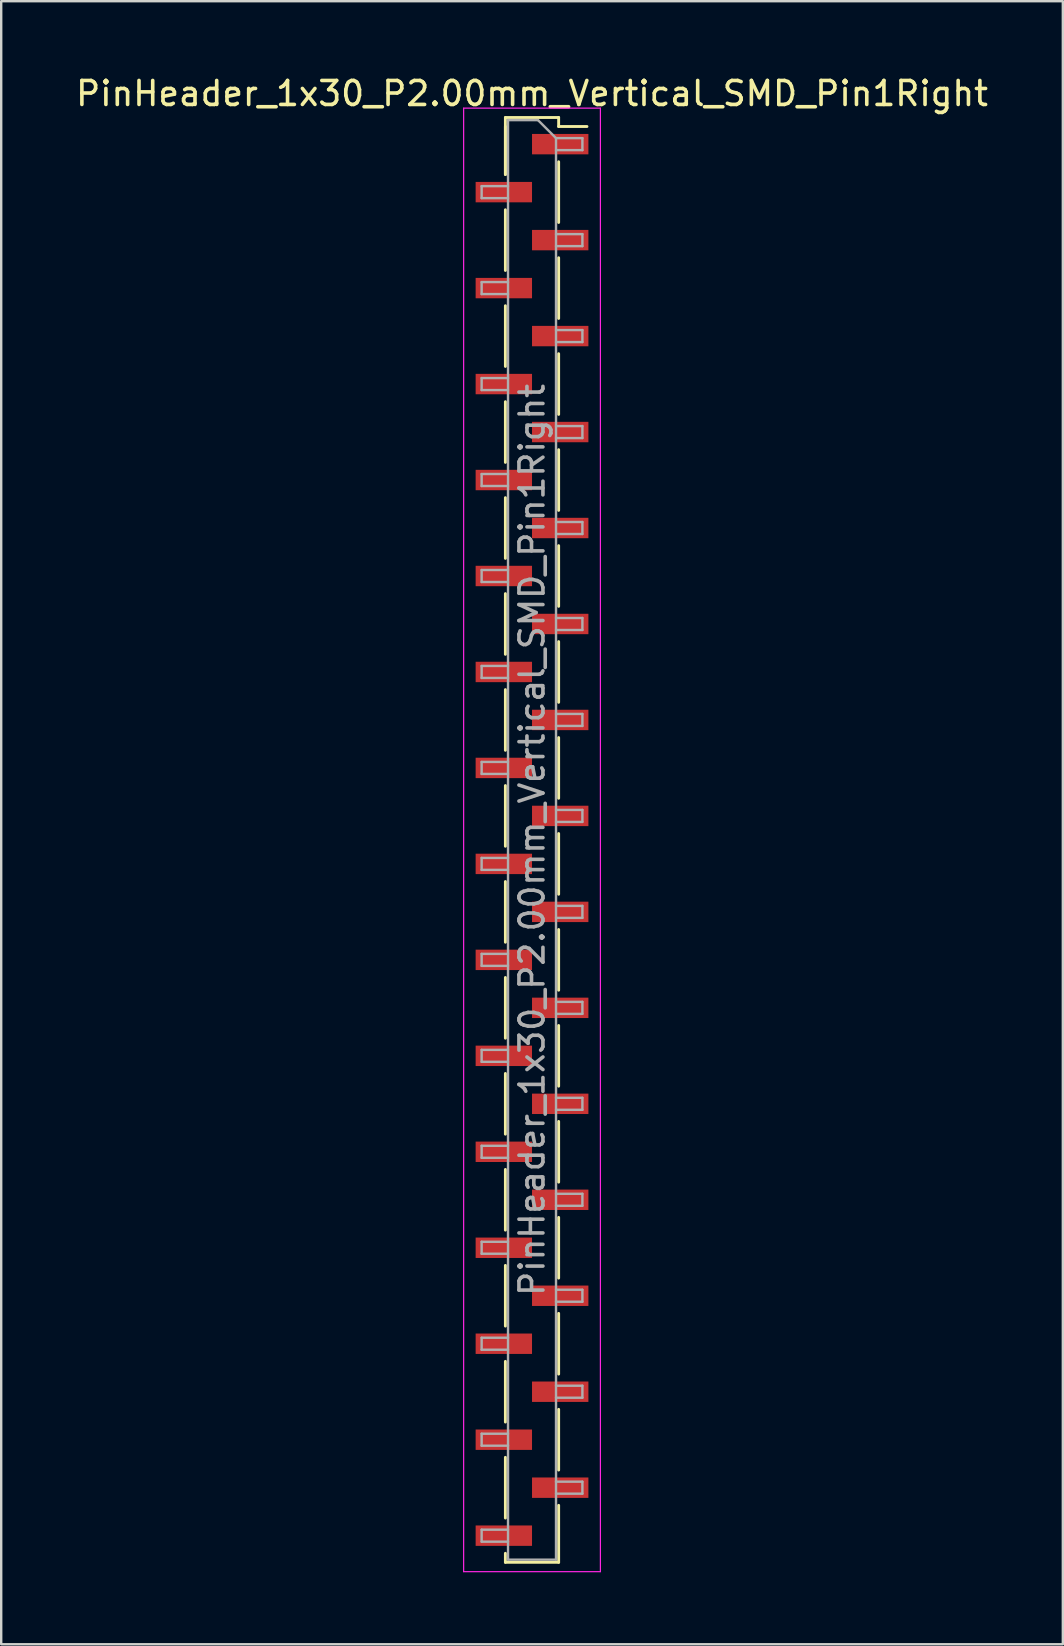
<source format=kicad_pcb>
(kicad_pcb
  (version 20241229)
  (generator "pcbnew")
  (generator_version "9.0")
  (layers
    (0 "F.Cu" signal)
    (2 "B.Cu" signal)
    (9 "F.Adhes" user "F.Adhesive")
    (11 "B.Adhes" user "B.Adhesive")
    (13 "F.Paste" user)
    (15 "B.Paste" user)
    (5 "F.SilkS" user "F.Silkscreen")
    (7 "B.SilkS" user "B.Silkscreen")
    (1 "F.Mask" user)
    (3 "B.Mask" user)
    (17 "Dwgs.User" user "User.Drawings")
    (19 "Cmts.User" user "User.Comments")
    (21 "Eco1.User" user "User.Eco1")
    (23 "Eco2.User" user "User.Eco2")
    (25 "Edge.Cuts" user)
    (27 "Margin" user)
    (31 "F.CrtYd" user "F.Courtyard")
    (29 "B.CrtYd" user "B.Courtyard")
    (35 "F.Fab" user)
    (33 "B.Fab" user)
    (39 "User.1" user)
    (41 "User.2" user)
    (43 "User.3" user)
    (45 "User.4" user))
  (footprint "PinHeader_1x30_P2.00mm_Vertical_SMD_Pin1Right"
    (layer "F.Cu")
    (at 19.125 31.958)
    (property "Reference" "PinHeader_1x30_P2.00mm_Vertical_SMD_Pin1Right" (at 0 -31.11 0) (layer "F.SilkS") (effects (font (size 1 1) (thickness 0.15))))
    (attr smd)
    (fp_line (start -1.11 -30.11) (end -1.11 -27.735) (stroke (width 0.12) (type solid)) (layer "F.SilkS"))
    (fp_line (start -1.11 -30.11) (end 1.11 -30.11) (stroke (width 0.12) (type solid)) (layer "F.SilkS"))
    (fp_line (start -1.11 -29.735) (end -1.11 -27.735) (stroke (width 0.12) (type solid)) (layer "F.SilkS"))
    (fp_line (start -1.11 -26.265) (end -1.11 -23.735) (stroke (width 0.12) (type solid)) (layer "F.SilkS"))
    (fp_line (start -1.11 -22.265) (end -1.11 -19.735) (stroke (width 0.12) (type solid)) (layer "F.SilkS"))
    (fp_line (start -1.11 -18.265) (end -1.11 -15.735) (stroke (width 0.12) (type solid)) (layer "F.SilkS"))
    (fp_line (start -1.11 -14.265) (end -1.11 -11.735) (stroke (width 0.12) (type solid)) (layer "F.SilkS"))
    (fp_line (start -1.11 -10.265) (end -1.11 -7.735) (stroke (width 0.12) (type solid)) (layer "F.SilkS"))
    (fp_line (start -1.11 -6.265) (end -1.11 -3.735) (stroke (width 0.12) (type solid)) (layer "F.SilkS"))
    (fp_line (start -1.11 -2.265) (end -1.11 0.265) (stroke (width 0.12) (type solid)) (layer "F.SilkS"))
    (fp_line (start -1.11 1.735) (end -1.11 4.265) (stroke (width 0.12) (type solid)) (layer "F.SilkS"))
    (fp_line (start -1.11 5.735) (end -1.11 8.265) (stroke (width 0.12) (type solid)) (layer "F.SilkS"))
    (fp_line (start -1.11 9.735) (end -1.11 12.265) (stroke (width 0.12) (type solid)) (layer "F.SilkS"))
    (fp_line (start -1.11 13.735) (end -1.11 16.265) (stroke (width 0.12) (type solid)) (layer "F.SilkS"))
    (fp_line (start -1.11 17.735) (end -1.11 20.265) (stroke (width 0.12) (type solid)) (layer "F.SilkS"))
    (fp_line (start -1.11 21.735) (end -1.11 24.265) (stroke (width 0.12) (type solid)) (layer "F.SilkS"))
    (fp_line (start -1.11 25.735) (end -1.11 28.265) (stroke (width 0.12) (type solid)) (layer "F.SilkS"))
    (fp_line (start -1.11 29.735) (end -1.11 30.11) (stroke (width 0.12) (type solid)) (layer "F.SilkS"))
    (fp_line (start -1.11 30.11) (end 1.11 30.11) (stroke (width 0.12) (type solid)) (layer "F.SilkS"))
    (fp_line (start 1.11 -30.11) (end 1.11 -29.735) (stroke (width 0.12) (type solid)) (layer "F.SilkS"))
    (fp_line (start 1.11 -29.735) (end 2.29 -29.735) (stroke (width 0.12) (type solid)) (layer "F.SilkS"))
    (fp_line (start 1.11 -28.265) (end 1.11 -25.735) (stroke (width 0.12) (type solid)) (layer "F.SilkS"))
    (fp_line (start 1.11 -24.265) (end 1.11 -21.735) (stroke (width 0.12) (type solid)) (layer "F.SilkS"))
    (fp_line (start 1.11 -20.265) (end 1.11 -17.735) (stroke (width 0.12) (type solid)) (layer "F.SilkS"))
    (fp_line (start 1.11 -16.265) (end 1.11 -13.735) (stroke (width 0.12) (type solid)) (layer "F.SilkS"))
    (fp_line (start 1.11 -12.265) (end 1.11 -9.735) (stroke (width 0.12) (type solid)) (layer "F.SilkS"))
    (fp_line (start 1.11 -8.265) (end 1.11 -5.735) (stroke (width 0.12) (type solid)) (layer "F.SilkS"))
    (fp_line (start 1.11 -4.265) (end 1.11 -1.735) (stroke (width 0.12) (type solid)) (layer "F.SilkS"))
    (fp_line (start 1.11 -0.265) (end 1.11 2.265) (stroke (width 0.12) (type solid)) (layer "F.SilkS"))
    (fp_line (start 1.11 3.735) (end 1.11 6.265) (stroke (width 0.12) (type solid)) (layer "F.SilkS"))
    (fp_line (start 1.11 7.735) (end 1.11 10.265) (stroke (width 0.12) (type solid)) (layer "F.SilkS"))
    (fp_line (start 1.11 11.735) (end 1.11 14.265) (stroke (width 0.12) (type solid)) (layer "F.SilkS"))
    (fp_line (start 1.11 15.735) (end 1.11 18.265) (stroke (width 0.12) (type solid)) (layer "F.SilkS"))
    (fp_line (start 1.11 19.735) (end 1.11 22.265) (stroke (width 0.12) (type solid)) (layer "F.SilkS"))
    (fp_line (start 1.11 23.735) (end 1.11 26.265) (stroke (width 0.12) (type solid)) (layer "F.SilkS"))
    (fp_line (start 1.11 27.735) (end 1.11 30.11) (stroke (width 0.12) (type solid)) (layer "F.SilkS"))
    (fp_line (start -2.85 -30.5) (end -2.85 30.5) (stroke (width 0.05) (type solid)) (layer "F.CrtYd"))
    (fp_line (start -2.85 30.5) (end 2.85 30.5) (stroke (width 0.05) (type solid)) (layer "F.CrtYd"))
    (fp_line (start 2.85 -30.5) (end -2.85 -30.5) (stroke (width 0.05) (type solid)) (layer "F.CrtYd"))
    (fp_line (start 2.85 30.5) (end 2.85 -30.5) (stroke (width 0.05) (type solid)) (layer "F.CrtYd"))
    (fp_line (start -2.1 -27.25) (end -2.1 -26.75) (stroke (width 0.1) (type solid)) (layer "F.Fab"))
    (fp_line (start -2.1 -26.75) (end -1 -26.75) (stroke (width 0.1) (type solid)) (layer "F.Fab"))
    (fp_line (start -2.1 -23.25) (end -2.1 -22.75) (stroke (width 0.1) (type solid)) (layer "F.Fab"))
    (fp_line (start -2.1 -22.75) (end -1 -22.75) (stroke (width 0.1) (type solid)) (layer "F.Fab"))
    (fp_line (start -2.1 -19.25) (end -2.1 -18.75) (stroke (width 0.1) (type solid)) (layer "F.Fab"))
    (fp_line (start -2.1 -18.75) (end -1 -18.75) (stroke (width 0.1) (type solid)) (layer "F.Fab"))
    (fp_line (start -2.1 -15.25) (end -2.1 -14.75) (stroke (width 0.1) (type solid)) (layer "F.Fab"))
    (fp_line (start -2.1 -14.75) (end -1 -14.75) (stroke (width 0.1) (type solid)) (layer "F.Fab"))
    (fp_line (start -2.1 -11.25) (end -2.1 -10.75) (stroke (width 0.1) (type solid)) (layer "F.Fab"))
    (fp_line (start -2.1 -10.75) (end -1 -10.75) (stroke (width 0.1) (type solid)) (layer "F.Fab"))
    (fp_line (start -2.1 -7.25) (end -2.1 -6.75) (stroke (width 0.1) (type solid)) (layer "F.Fab"))
    (fp_line (start -2.1 -6.75) (end -1 -6.75) (stroke (width 0.1) (type solid)) (layer "F.Fab"))
    (fp_line (start -2.1 -3.25) (end -2.1 -2.75) (stroke (width 0.1) (type solid)) (layer "F.Fab"))
    (fp_line (start -2.1 -2.75) (end -1 -2.75) (stroke (width 0.1) (type solid)) (layer "F.Fab"))
    (fp_line (start -2.1 0.75) (end -2.1 1.25) (stroke (width 0.1) (type solid)) (layer "F.Fab"))
    (fp_line (start -2.1 1.25) (end -1 1.25) (stroke (width 0.1) (type solid)) (layer "F.Fab"))
    (fp_line (start -2.1 4.75) (end -2.1 5.25) (stroke (width 0.1) (type solid)) (layer "F.Fab"))
    (fp_line (start -2.1 5.25) (end -1 5.25) (stroke (width 0.1) (type solid)) (layer "F.Fab"))
    (fp_line (start -2.1 8.75) (end -2.1 9.25) (stroke (width 0.1) (type solid)) (layer "F.Fab"))
    (fp_line (start -2.1 9.25) (end -1 9.25) (stroke (width 0.1) (type solid)) (layer "F.Fab"))
    (fp_line (start -2.1 12.75) (end -2.1 13.25) (stroke (width 0.1) (type solid)) (layer "F.Fab"))
    (fp_line (start -2.1 13.25) (end -1 13.25) (stroke (width 0.1) (type solid)) (layer "F.Fab"))
    (fp_line (start -2.1 16.75) (end -2.1 17.25) (stroke (width 0.1) (type solid)) (layer "F.Fab"))
    (fp_line (start -2.1 17.25) (end -1 17.25) (stroke (width 0.1) (type solid)) (layer "F.Fab"))
    (fp_line (start -2.1 20.75) (end -2.1 21.25) (stroke (width 0.1) (type solid)) (layer "F.Fab"))
    (fp_line (start -2.1 21.25) (end -1 21.25) (stroke (width 0.1) (type solid)) (layer "F.Fab"))
    (fp_line (start -2.1 24.75) (end -2.1 25.25) (stroke (width 0.1) (type solid)) (layer "F.Fab"))
    (fp_line (start -2.1 25.25) (end -1 25.25) (stroke (width 0.1) (type solid)) (layer "F.Fab"))
    (fp_line (start -2.1 28.75) (end -2.1 29.25) (stroke (width 0.1) (type solid)) (layer "F.Fab"))
    (fp_line (start -2.1 29.25) (end -1 29.25) (stroke (width 0.1) (type solid)) (layer "F.Fab"))
    (fp_line (start -1 -30) (end -1 30) (stroke (width 0.1) (type solid)) (layer "F.Fab"))
    (fp_line (start -1 -30) (end 0.25 -30) (stroke (width 0.1) (type solid)) (layer "F.Fab"))
    (fp_line (start -1 -27.25) (end -2.1 -27.25) (stroke (width 0.1) (type solid)) (layer "F.Fab"))
    (fp_line (start -1 -23.25) (end -2.1 -23.25) (stroke (width 0.1) (type solid)) (layer "F.Fab"))
    (fp_line (start -1 -19.25) (end -2.1 -19.25) (stroke (width 0.1) (type solid)) (layer "F.Fab"))
    (fp_line (start -1 -15.25) (end -2.1 -15.25) (stroke (width 0.1) (type solid)) (layer "F.Fab"))
    (fp_line (start -1 -11.25) (end -2.1 -11.25) (stroke (width 0.1) (type solid)) (layer "F.Fab"))
    (fp_line (start -1 -7.25) (end -2.1 -7.25) (stroke (width 0.1) (type solid)) (layer "F.Fab"))
    (fp_line (start -1 -3.25) (end -2.1 -3.25) (stroke (width 0.1) (type solid)) (layer "F.Fab"))
    (fp_line (start -1 0.75) (end -2.1 0.75) (stroke (width 0.1) (type solid)) (layer "F.Fab"))
    (fp_line (start -1 4.75) (end -2.1 4.75) (stroke (width 0.1) (type solid)) (layer "F.Fab"))
    (fp_line (start -1 8.75) (end -2.1 8.75) (stroke (width 0.1) (type solid)) (layer "F.Fab"))
    (fp_line (start -1 12.75) (end -2.1 12.75) (stroke (width 0.1) (type solid)) (layer "F.Fab"))
    (fp_line (start -1 16.75) (end -2.1 16.75) (stroke (width 0.1) (type solid)) (layer "F.Fab"))
    (fp_line (start -1 20.75) (end -2.1 20.75) (stroke (width 0.1) (type solid)) (layer "F.Fab"))
    (fp_line (start -1 24.75) (end -2.1 24.75) (stroke (width 0.1) (type solid)) (layer "F.Fab"))
    (fp_line (start -1 28.75) (end -2.1 28.75) (stroke (width 0.1) (type solid)) (layer "F.Fab"))
    (fp_line (start 1 -29.25) (end 0.25 -30) (stroke (width 0.1) (type solid)) (layer "F.Fab"))
    (fp_line (start 1 -29.25) (end 2.1 -29.25) (stroke (width 0.1) (type solid)) (layer "F.Fab"))
    (fp_line (start 1 -25.25) (end 2.1 -25.25) (stroke (width 0.1) (type solid)) (layer "F.Fab"))
    (fp_line (start 1 -21.25) (end 2.1 -21.25) (stroke (width 0.1) (type solid)) (layer "F.Fab"))
    (fp_line (start 1 -17.25) (end 2.1 -17.25) (stroke (width 0.1) (type solid)) (layer "F.Fab"))
    (fp_line (start 1 -13.25) (end 2.1 -13.25) (stroke (width 0.1) (type solid)) (layer "F.Fab"))
    (fp_line (start 1 -9.25) (end 2.1 -9.25) (stroke (width 0.1) (type solid)) (layer "F.Fab"))
    (fp_line (start 1 -5.25) (end 2.1 -5.25) (stroke (width 0.1) (type solid)) (layer "F.Fab"))
    (fp_line (start 1 -1.25) (end 2.1 -1.25) (stroke (width 0.1) (type solid)) (layer "F.Fab"))
    (fp_line (start 1 2.75) (end 2.1 2.75) (stroke (width 0.1) (type solid)) (layer "F.Fab"))
    (fp_line (start 1 6.75) (end 2.1 6.75) (stroke (width 0.1) (type solid)) (layer "F.Fab"))
    (fp_line (start 1 10.75) (end 2.1 10.75) (stroke (width 0.1) (type solid)) (layer "F.Fab"))
    (fp_line (start 1 14.75) (end 2.1 14.75) (stroke (width 0.1) (type solid)) (layer "F.Fab"))
    (fp_line (start 1 18.75) (end 2.1 18.75) (stroke (width 0.1) (type solid)) (layer "F.Fab"))
    (fp_line (start 1 22.75) (end 2.1 22.75) (stroke (width 0.1) (type solid)) (layer "F.Fab"))
    (fp_line (start 1 26.75) (end 2.1 26.75) (stroke (width 0.1) (type solid)) (layer "F.Fab"))
    (fp_line (start 1 30) (end -1 30) (stroke (width 0.1) (type solid)) (layer "F.Fab"))
    (fp_line (start 1 30) (end 1 -29.25) (stroke (width 0.1) (type solid)) (layer "F.Fab"))
    (fp_line (start 2.1 -29.25) (end 2.1 -28.75) (stroke (width 0.1) (type solid)) (layer "F.Fab"))
    (fp_line (start 2.1 -28.75) (end 1 -28.75) (stroke (width 0.1) (type solid)) (layer "F.Fab"))
    (fp_line (start 2.1 -25.25) (end 2.1 -24.75) (stroke (width 0.1) (type solid)) (layer "F.Fab"))
    (fp_line (start 2.1 -24.75) (end 1 -24.75) (stroke (width 0.1) (type solid)) (layer "F.Fab"))
    (fp_line (start 2.1 -21.25) (end 2.1 -20.75) (stroke (width 0.1) (type solid)) (layer "F.Fab"))
    (fp_line (start 2.1 -20.75) (end 1 -20.75) (stroke (width 0.1) (type solid)) (layer "F.Fab"))
    (fp_line (start 2.1 -17.25) (end 2.1 -16.75) (stroke (width 0.1) (type solid)) (layer "F.Fab"))
    (fp_line (start 2.1 -16.75) (end 1 -16.75) (stroke (width 0.1) (type solid)) (layer "F.Fab"))
    (fp_line (start 2.1 -13.25) (end 2.1 -12.75) (stroke (width 0.1) (type solid)) (layer "F.Fab"))
    (fp_line (start 2.1 -12.75) (end 1 -12.75) (stroke (width 0.1) (type solid)) (layer "F.Fab"))
    (fp_line (start 2.1 -9.25) (end 2.1 -8.75) (stroke (width 0.1) (type solid)) (layer "F.Fab"))
    (fp_line (start 2.1 -8.75) (end 1 -8.75) (stroke (width 0.1) (type solid)) (layer "F.Fab"))
    (fp_line (start 2.1 -5.25) (end 2.1 -4.75) (stroke (width 0.1) (type solid)) (layer "F.Fab"))
    (fp_line (start 2.1 -4.75) (end 1 -4.75) (stroke (width 0.1) (type solid)) (layer "F.Fab"))
    (fp_line (start 2.1 -1.25) (end 2.1 -0.75) (stroke (width 0.1) (type solid)) (layer "F.Fab"))
    (fp_line (start 2.1 -0.75) (end 1 -0.75) (stroke (width 0.1) (type solid)) (layer "F.Fab"))
    (fp_line (start 2.1 2.75) (end 2.1 3.25) (stroke (width 0.1) (type solid)) (layer "F.Fab"))
    (fp_line (start 2.1 3.25) (end 1 3.25) (stroke (width 0.1) (type solid)) (layer "F.Fab"))
    (fp_line (start 2.1 6.75) (end 2.1 7.25) (stroke (width 0.1) (type solid)) (layer "F.Fab"))
    (fp_line (start 2.1 7.25) (end 1 7.25) (stroke (width 0.1) (type solid)) (layer "F.Fab"))
    (fp_line (start 2.1 10.75) (end 2.1 11.25) (stroke (width 0.1) (type solid)) (layer "F.Fab"))
    (fp_line (start 2.1 11.25) (end 1 11.25) (stroke (width 0.1) (type solid)) (layer "F.Fab"))
    (fp_line (start 2.1 14.75) (end 2.1 15.25) (stroke (width 0.1) (type solid)) (layer "F.Fab"))
    (fp_line (start 2.1 15.25) (end 1 15.25) (stroke (width 0.1) (type solid)) (layer "F.Fab"))
    (fp_line (start 2.1 18.75) (end 2.1 19.25) (stroke (width 0.1) (type solid)) (layer "F.Fab"))
    (fp_line (start 2.1 19.25) (end 1 19.25) (stroke (width 0.1) (type solid)) (layer "F.Fab"))
    (fp_line (start 2.1 22.75) (end 2.1 23.25) (stroke (width 0.1) (type solid)) (layer "F.Fab"))
    (fp_line (start 2.1 23.25) (end 1 23.25) (stroke (width 0.1) (type solid)) (layer "F.Fab"))
    (fp_line (start 2.1 26.75) (end 2.1 27.25) (stroke (width 0.1) (type solid)) (layer "F.Fab"))
    (fp_line (start 2.1 27.25) (end 1 27.25) (stroke (width 0.1) (type solid)) (layer "F.Fab"))
    (fp_text user "${REFERENCE}" (at 0 0 90) (layer "F.Fab") (effects (font (size 1 1) (thickness 0.15))))
    (pad "1" smd rect (at 1.175 -29) (size 2.35 0.85) (layers "F.Cu" "F.Mask" "F.Paste"))
    (pad "2" smd rect (at -1.175 -27) (size 2.35 0.85) (layers "F.Cu" "F.Mask" "F.Paste"))
    (pad "3" smd rect (at 1.175 -25) (size 2.35 0.85) (layers "F.Cu" "F.Mask" "F.Paste"))
    (pad "4" smd rect (at -1.175 -23) (size 2.35 0.85) (layers "F.Cu" "F.Mask" "F.Paste"))
    (pad "5" smd rect (at 1.175 -21) (size 2.35 0.85) (layers "F.Cu" "F.Mask" "F.Paste"))
    (pad "6" smd rect (at -1.175 -19) (size 2.35 0.85) (layers "F.Cu" "F.Mask" "F.Paste"))
    (pad "7" smd rect (at 1.175 -17) (size 2.35 0.85) (layers "F.Cu" "F.Mask" "F.Paste"))
    (pad "8" smd rect (at -1.175 -15) (size 2.35 0.85) (layers "F.Cu" "F.Mask" "F.Paste"))
    (pad "9" smd rect (at 1.175 -13) (size 2.35 0.85) (layers "F.Cu" "F.Mask" "F.Paste"))
    (pad "10" smd rect (at -1.175 -11) (size 2.35 0.85) (layers "F.Cu" "F.Mask" "F.Paste"))
    (pad "11" smd rect (at 1.175 -9) (size 2.35 0.85) (layers "F.Cu" "F.Mask" "F.Paste"))
    (pad "12" smd rect (at -1.175 -7) (size 2.35 0.85) (layers "F.Cu" "F.Mask" "F.Paste"))
    (pad "13" smd rect (at 1.175 -5) (size 2.35 0.85) (layers "F.Cu" "F.Mask" "F.Paste"))
    (pad "14" smd rect (at -1.175 -3) (size 2.35 0.85) (layers "F.Cu" "F.Mask" "F.Paste"))
    (pad "15" smd rect (at 1.175 -1) (size 2.35 0.85) (layers "F.Cu" "F.Mask" "F.Paste"))
    (pad "16" smd rect (at -1.175 1) (size 2.35 0.85) (layers "F.Cu" "F.Mask" "F.Paste"))
    (pad "17" smd rect (at 1.175 3) (size 2.35 0.85) (layers "F.Cu" "F.Mask" "F.Paste"))
    (pad "18" smd rect (at -1.175 5) (size 2.35 0.85) (layers "F.Cu" "F.Mask" "F.Paste"))
    (pad "19" smd rect (at 1.175 7) (size 2.35 0.85) (layers "F.Cu" "F.Mask" "F.Paste"))
    (pad "20" smd rect (at -1.175 9) (size 2.35 0.85) (layers "F.Cu" "F.Mask" "F.Paste"))
    (pad "21" smd rect (at 1.175 11) (size 2.35 0.85) (layers "F.Cu" "F.Mask" "F.Paste"))
    (pad "22" smd rect (at -1.175 13) (size 2.35 0.85) (layers "F.Cu" "F.Mask" "F.Paste"))
    (pad "23" smd rect (at 1.175 15) (size 2.35 0.85) (layers "F.Cu" "F.Mask" "F.Paste"))
    (pad "24" smd rect (at -1.175 17) (size 2.35 0.85) (layers "F.Cu" "F.Mask" "F.Paste"))
    (pad "25" smd rect (at 1.175 19) (size 2.35 0.85) (layers "F.Cu" "F.Mask" "F.Paste"))
    (pad "26" smd rect (at -1.175 21) (size 2.35 0.85) (layers "F.Cu" "F.Mask" "F.Paste"))
    (pad "27" smd rect (at 1.175 23) (size 2.35 0.85) (layers "F.Cu" "F.Mask" "F.Paste"))
    (pad "28" smd rect (at -1.175 25) (size 2.35 0.85) (layers "F.Cu" "F.Mask" "F.Paste"))
    (pad "29" smd rect (at 1.175 27) (size 2.35 0.85) (layers "F.Cu" "F.Mask" "F.Paste"))
    (pad "30" smd rect (at -1.175 29) (size 2.35 0.85) (layers "F.Cu" "F.Mask" "F.Paste")))
  (gr_rect
    (start -3 -3)
    (end 41.25 65.483)
    (stroke (width 0.1) (type default))
    (fill no)
    (layer "Edge.Cuts")))
</source>
